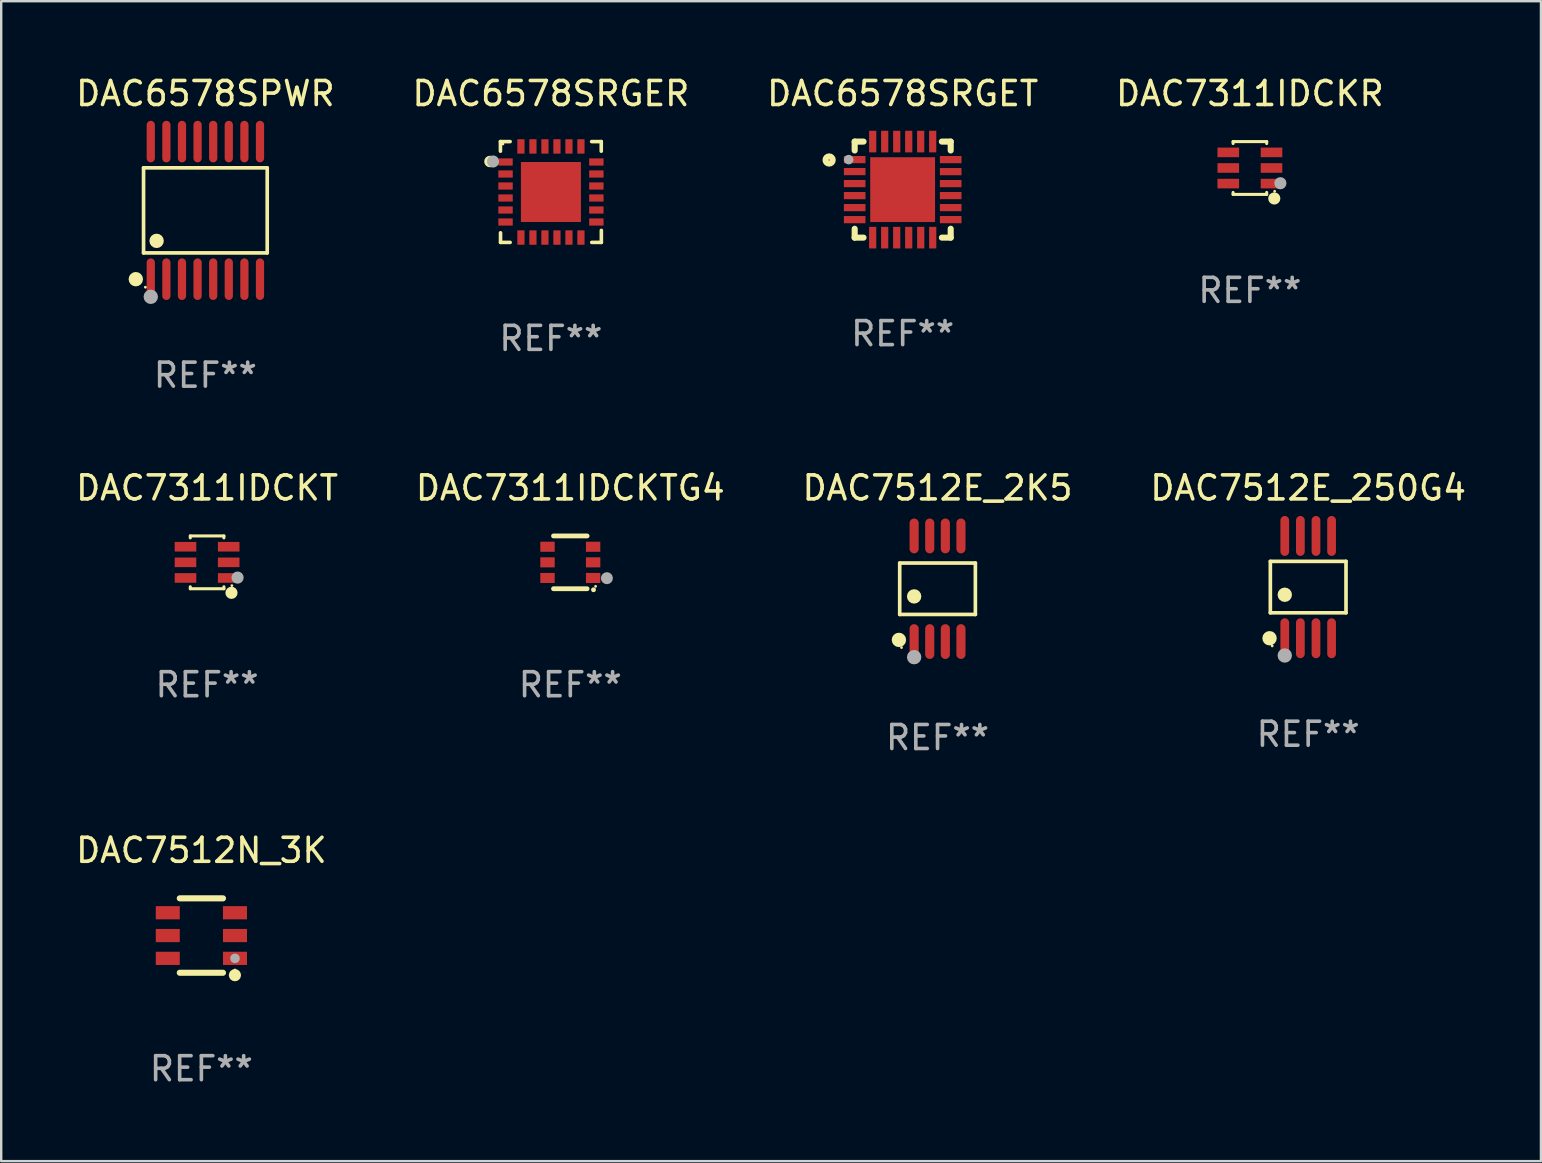
<source format=kicad_pcb>
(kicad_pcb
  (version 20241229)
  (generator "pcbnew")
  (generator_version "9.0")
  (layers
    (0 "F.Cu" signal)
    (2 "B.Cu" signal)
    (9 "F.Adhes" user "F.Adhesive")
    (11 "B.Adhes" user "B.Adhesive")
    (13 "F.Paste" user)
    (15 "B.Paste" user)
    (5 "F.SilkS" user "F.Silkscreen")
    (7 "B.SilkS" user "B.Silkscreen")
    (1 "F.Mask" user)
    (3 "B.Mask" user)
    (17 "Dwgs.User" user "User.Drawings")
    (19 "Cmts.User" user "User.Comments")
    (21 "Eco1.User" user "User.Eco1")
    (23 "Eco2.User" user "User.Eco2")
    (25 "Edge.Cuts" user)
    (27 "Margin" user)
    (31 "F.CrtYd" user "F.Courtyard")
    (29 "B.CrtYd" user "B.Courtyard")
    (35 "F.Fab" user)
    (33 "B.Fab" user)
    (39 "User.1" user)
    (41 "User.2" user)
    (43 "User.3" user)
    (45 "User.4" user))
  (footprint "DAC7311IDCKT"
    (layer "F.Cu")
    (at 5.577 20.376)
    (property "Reference" "DAC7311IDCKT" (at 0 -3.1 0) (layer "F.SilkS") (effects (font (size 1 1) (thickness 0.15))))
    (attr through_hole)
    (fp_line (start -0.7 -1.018) (end -0.7 -1.1) (stroke (width 0.127) (type solid)) (layer "F.SilkS"))
    (fp_line (start -0.7 1.1) (end -0.7 1.018) (stroke (width 0.127) (type solid)) (layer "F.SilkS"))
    (fp_line (start 0.7 -1.1) (end -0.7 -1.1) (stroke (width 0.127) (type solid)) (layer "F.SilkS"))
    (fp_line (start 0.7 -1.018) (end 0.7 -1.1) (stroke (width 0.127) (type solid)) (layer "F.SilkS"))
    (fp_line (start 0.7 1.1) (end -0.7 1.1) (stroke (width 0.127) (type solid)) (layer "F.SilkS"))
    (fp_line (start 0.7 1.1) (end 0.7 1.018) (stroke (width 0.127) (type solid)) (layer "F.SilkS"))
    (fp_circle (center 1.016 1.27) (end 1.143 1.27) (stroke (width 0.254) (type solid)) (fill no) (layer "F.SilkS"))
    (fp_circle (center 1.032 0.97) (end 1.062 0.97) (stroke (width 0.06) (type solid)) (fill no) (layer "F.SilkS"))
    (fp_circle (center 1.27 0.635) (end 1.397 0.635) (stroke (width 0.254) (type solid)) (fill no) (layer "F.Fab"))
    (fp_text user "REF**" (at 0 5.1 0) (layer "F.Fab") (effects (font (size 1 1) (thickness 0.15))))
    (pad "1" smd rect (at 0.9 0.65 90) (size 0.4 0.9) (layers "F.Cu" "F.Mask" "F.Paste"))
    (pad "2" smd rect (at 0.9 -0.000102 90) (size 0.4 0.9) (layers "F.Cu" "F.Mask" "F.Paste"))
    (pad "3" smd rect (at 0.9 -0.65 90) (size 0.4 0.9) (layers "F.Cu" "F.Mask" "F.Paste"))
    (pad "4" smd rect (at -0.9 -0.65 90) (size 0.4 0.9) (layers "F.Cu" "F.Mask" "F.Paste"))
    (pad "5" smd rect (at -0.9 -0.000102 90) (size 0.4 0.9) (layers "F.Cu" "F.Mask" "F.Paste"))
    (pad "6" smd rect (at -0.9 0.65 90) (size 0.4 0.9) (layers "F.Cu" "F.Mask" "F.Paste")))
  (footprint "DAC6578SRGER"
    (layer "F.Cu")
    (at 19.899 4.948)
    (property "Reference" "DAC6578SRGER" (at 0 -4.1 0) (layer "F.SilkS") (effects (font (size 1 1) (thickness 0.15))))
    (attr through_hole)
    (fp_line (start -2.102 -2.1) (end -1.698 -2.1) (stroke (width 0.15) (type solid)) (layer "F.SilkS"))
    (fp_line (start -2.102 -1.7) (end -2.102 -2.1) (stroke (width 0.15) (type solid)) (layer "F.SilkS"))
    (fp_line (start -2.098 1.7) (end -2.098 2.1) (stroke (width 0.15) (type solid)) (layer "F.SilkS"))
    (fp_line (start -2.098 2.1) (end -1.698 2.1) (stroke (width 0.15) (type solid)) (layer "F.SilkS"))
    (fp_line (start 1.698 -2.1) (end 2.098 -2.1) (stroke (width 0.15) (type solid)) (layer "F.SilkS"))
    (fp_line (start 2.098 -2.1) (end 2.098 -1.7) (stroke (width 0.15) (type solid)) (layer "F.SilkS"))
    (fp_line (start 2.102 1.6) (end 2.102 2.1) (stroke (width 0.15) (type solid)) (layer "F.SilkS"))
    (fp_line (start 2.102 2.1) (end 1.702 2.1) (stroke (width 0.15) (type solid)) (layer "F.SilkS"))
    (fp_circle (center -2.538 -1.27) (end -2.418 -1.27) (stroke (width 0.24) (type solid)) (fill no) (layer "F.SilkS"))
    (fp_circle (center -1.998 -2) (end -1.968 -2) (stroke (width 0.06) (type solid)) (fill no) (layer "F.SilkS"))
    (fp_circle (center -2.411 -1.27) (end -2.284 -1.27) (stroke (width 0.254) (type solid)) (fill no) (layer "F.Fab"))
    (fp_text user "REF**" (at 0 6.1 0) (layer "F.Fab") (effects (font (size 1 1) (thickness 0.15))))
    (pad "1" smd rect (at -1.89 -1.25 90) (size 0.3 0.6) (layers "F.Cu" "F.Mask" "F.Paste"))
    (pad "2" smd rect (at -1.889 -0.75 90) (size 0.3 0.6) (layers "F.Cu" "F.Mask" "F.Paste"))
    (pad "3" smd rect (at -1.889 -0.25 90) (size 0.3 0.6) (layers "F.Cu" "F.Mask" "F.Paste"))
    (pad "4" smd rect (at -1.889 0.25 90) (size 0.3 0.6) (layers "F.Cu" "F.Mask" "F.Paste"))
    (pad "5" smd rect (at -1.889 0.75 90) (size 0.3 0.6) (layers "F.Cu" "F.Mask" "F.Paste"))
    (pad "6" smd rect (at -1.889 1.25 90) (size 0.3 0.6) (layers "F.Cu" "F.Mask" "F.Paste"))
    (pad "7" smd rect (at -1.248 1.898 180) (size 0.3 0.6) (layers "F.Cu" "F.Mask" "F.Paste"))
    (pad "8" smd rect (at -0.748 1.898 180) (size 0.3 0.6) (layers "F.Cu" "F.Mask" "F.Paste"))
    (pad "9" smd rect (at -0.248 1.898 180) (size 0.3 0.6) (layers "F.Cu" "F.Mask" "F.Paste"))
    (pad "10" smd rect (at 0.252 1.898 180) (size 0.3 0.6) (layers "F.Cu" "F.Mask" "F.Paste"))
    (pad "11" smd rect (at 0.752 1.898 180) (size 0.3 0.6) (layers "F.Cu" "F.Mask" "F.Paste"))
    (pad "12" smd rect (at 1.252 1.898 180) (size 0.3 0.6) (layers "F.Cu" "F.Mask" "F.Paste"))
    (pad "13" smd rect (at 1.894 1.25 270) (size 0.3 0.6) (layers "F.Cu" "F.Mask" "F.Paste"))
    (pad "14" smd rect (at 1.894 0.75 270) (size 0.3 0.6) (layers "F.Cu" "F.Mask" "F.Paste"))
    (pad "15" smd rect (at 1.894 0.25 270) (size 0.3 0.6) (layers "F.Cu" "F.Mask" "F.Paste"))
    (pad "16" smd rect (at 1.894 -0.25 270) (size 0.3 0.6) (layers "F.Cu" "F.Mask" "F.Paste"))
    (pad "17" smd rect (at 1.894 -0.75 270) (size 0.3 0.6) (layers "F.Cu" "F.Mask" "F.Paste"))
    (pad "18" smd rect (at 1.894 -1.25 270) (size 0.3 0.6) (layers "F.Cu" "F.Mask" "F.Paste"))
    (pad "19" smd rect (at 1.252 -1.898) (size 0.3 0.6) (layers "F.Cu" "F.Mask" "F.Paste"))
    (pad "20" smd rect (at 0.752 -1.898) (size 0.3 0.6) (layers "F.Cu" "F.Mask" "F.Paste"))
    (pad "21" smd rect (at 0.252 -1.898) (size 0.3 0.6) (layers "F.Cu" "F.Mask" "F.Paste"))
    (pad "22" smd rect (at -0.248 -1.898) (size 0.3 0.6) (layers "F.Cu" "F.Mask" "F.Paste"))
    (pad "23" smd rect (at -0.748 -1.898) (size 0.3 0.6) (layers "F.Cu" "F.Mask" "F.Paste"))
    (pad "24" smd rect (at -1.248 -1.898) (size 0.3 0.6) (layers "F.Cu" "F.Mask" "F.Paste"))
    (pad "25" smd rect (at 0.001 0.001) (size 2.5 2.5) (layers "F.Cu" "F.Mask" "F.Paste")))
  (footprint "DAC7311IDCKTG4"
    (layer "F.Cu")
    (at 20.708 20.376)
    (property "Reference" "DAC7311IDCKTG4" (at 0 -3.1 0) (layer "F.SilkS") (effects (font (size 1 1) (thickness 0.15))))
    (attr through_hole)
    (fp_line (start -0.7 -1.1) (end 0.7 -1.1) (stroke (width 0.2) (type solid)) (layer "F.SilkS"))
    (fp_line (start -0.7 1.1) (end 0.7 1.1) (stroke (width 0.2) (type solid)) (layer "F.SilkS"))
    (fp_arc (start 0.965202 1.143002) (mid 0.966472 1.142996) (end 0.967742 1.143002) (stroke (width 0.2) (type solid)) (layer "F.SilkS"))
    (fp_circle (center 1.053 1) (end 1.083 1) (stroke (width 0.06) (type solid)) (fill no) (layer "F.SilkS"))
    (fp_circle (center 1.524 0.66) (end 1.649 0.66) (stroke (width 0.25) (type solid)) (fill no) (layer "F.Fab"))
    (fp_text user "REF**" (at 0 5.1 0) (layer "F.Fab") (effects (font (size 1 1) (thickness 0.15))))
    (pad "1" smd rect (at 0.95 0.65 90) (size 0.42 0.6) (layers "F.Cu" "F.Mask" "F.Paste"))
    (pad "2" smd rect (at 0.95 0 90) (size 0.42 0.6) (layers "F.Cu" "F.Mask" "F.Paste"))
    (pad "3" smd rect (at 0.95 -0.65 90) (size 0.42 0.6) (layers "F.Cu" "F.Mask" "F.Paste"))
    (pad "4" smd rect (at -0.95 -0.65 270) (size 0.42 0.6) (layers "F.Cu" "F.Mask" "F.Paste"))
    (pad "5" smd rect (at -0.95 0 270) (size 0.42 0.6) (layers "F.Cu" "F.Mask" "F.Paste"))
    (pad "6" smd rect (at -0.95 0.65 270) (size 0.42 0.6) (layers "F.Cu" "F.Mask" "F.Paste")))
  (footprint "DAC7512E_250G4"
    (layer "F.Cu")
    (at 51.446 21.407)
    (property "Reference" "DAC7512E_250G4" (at 0 -4.131 0) (layer "F.SilkS") (effects (font (size 1 1) (thickness 0.15))))
    (attr through_hole)
    (fp_line (start -1.576 -1.071) (end 1.576 -1.071) (stroke (width 0.152) (type solid)) (layer "F.SilkS"))
    (fp_line (start -1.576 1.071) (end -1.576 -1.071) (stroke (width 0.152) (type solid)) (layer "F.SilkS"))
    (fp_line (start 1.576 -1.071) (end 1.576 1.071) (stroke (width 0.152) (type solid)) (layer "F.SilkS"))
    (fp_line (start 1.576 1.071) (end -1.576 1.071) (stroke (width 0.152) (type solid)) (layer "F.SilkS"))
    (fp_circle (center -1.609 2.131) (end -1.459 2.131) (stroke (width 0.3) (type solid)) (fill no) (layer "F.SilkS"))
    (fp_circle (center -1.5 2.45) (end -1.47 2.45) (stroke (width 0.06) (type solid)) (fill no) (layer "F.SilkS"))
    (fp_circle (center -0.975 0.319) (end -0.825 0.319) (stroke (width 0.3) (type solid)) (fill no) (layer "F.SilkS"))
    (fp_circle (center -0.975 2.85) (end -0.825 2.85) (stroke (width 0.3) (type solid)) (fill no) (layer "F.Fab"))
    (fp_text user "REF**" (at 0 6.131 0) (layer "F.Fab") (effects (font (size 1 1) (thickness 0.15))))
    (pad "1" smd oval (at -0.975 2.131) (size 0.364 1.662) (layers "F.Cu" "F.Mask" "F.Paste"))
    (pad "2" smd oval (at -0.325 2.131) (size 0.364 1.662) (layers "F.Cu" "F.Mask" "F.Paste"))
    (pad "3" smd oval (at 0.325 2.131) (size 0.364 1.662) (layers "F.Cu" "F.Mask" "F.Paste"))
    (pad "4" smd oval (at 0.975 2.131) (size 0.364 1.662) (layers "F.Cu" "F.Mask" "F.Paste"))
    (pad "5" smd oval (at 0.975 -2.131) (size 0.364 1.662) (layers "F.Cu" "F.Mask" "F.Paste"))
    (pad "6" smd oval (at 0.325 -2.131) (size 0.364 1.662) (layers "F.Cu" "F.Mask" "F.Paste"))
    (pad "7" smd oval (at -0.325 -2.131) (size 0.364 1.662) (layers "F.Cu" "F.Mask" "F.Paste"))
    (pad "8" smd oval (at -0.975 -2.131) (size 0.364 1.662) (layers "F.Cu" "F.Mask" "F.Paste")))
  (footprint "DAC7512N_3K"
    (layer "F.Cu")
    (at 5.339 35.923)
    (property "Reference" "DAC7512N_3K" (at 0 -3.55 0) (layer "F.SilkS") (effects (font (size 1 1) (thickness 0.15))))
    (attr through_hole)
    (fp_line (start -0.9 -1.55) (end 0.9 -1.55) (stroke (width 0.254) (type solid)) (layer "F.SilkS"))
    (fp_line (start -0.9 1.55) (end 0.9 1.55) (stroke (width 0.254) (type solid)) (layer "F.SilkS"))
    (fp_circle (center 1.397 1.651) (end 1.524 1.651) (stroke (width 0.254) (type solid)) (fill no) (layer "F.SilkS"))
    (fp_circle (center 1.4 1.435) (end 1.43 1.435) (stroke (width 0.06) (type solid)) (fill no) (layer "F.SilkS"))
    (fp_circle (center 1.4 0.95) (end 1.5 0.95) (stroke (width 0.2) (type solid)) (fill no) (layer "F.Fab"))
    (fp_text user "REF**" (at 0 5.55 0) (layer "F.Fab") (effects (font (size 1 1) (thickness 0.15))))
    (pad "1" smd rect (at 1.4 0.95) (size 1 0.55) (layers "F.Cu" "F.Mask" "F.Paste"))
    (pad "2" smd rect (at 1.4 -0.000102) (size 1 0.55) (layers "F.Cu" "F.Mask" "F.Paste"))
    (pad "3" smd rect (at 1.4 -0.95) (size 1 0.55) (layers "F.Cu" "F.Mask" "F.Paste"))
    (pad "4" smd rect (at -1.4 -0.95) (size 1 0.55) (layers "F.Cu" "F.Mask" "F.Paste"))
    (pad "5" smd rect (at -1.4 -0.000102) (size 1 0.55) (layers "F.Cu" "F.Mask" "F.Paste"))
    (pad "6" smd rect (at -1.4 0.95) (size 1 0.55) (layers "F.Cu" "F.Mask" "F.Paste")))
  (footprint "DAC6578SPWR"
    (layer "F.Cu")
    (at 5.506 5.714)
    (property "Reference" "DAC6578SPWR" (at 0 -4.866 0) (layer "F.SilkS") (effects (font (size 1 1) (thickness 0.15))))
    (attr through_hole)
    (fp_line (start -2.576 -1.772) (end 2.576 -1.772) (stroke (width 0.152) (type solid)) (layer "F.SilkS"))
    (fp_line (start -2.576 1.771) (end -2.576 -1.772) (stroke (width 0.152) (type solid)) (layer "F.SilkS"))
    (fp_line (start 2.576 -1.772) (end 2.576 1.771) (stroke (width 0.152) (type solid)) (layer "F.SilkS"))
    (fp_line (start 2.576 1.771) (end -2.576 1.771) (stroke (width 0.152) (type solid)) (layer "F.SilkS"))
    (fp_circle (center -2.899 2.866) (end -2.749 2.866) (stroke (width 0.3) (type solid)) (fill no) (layer "F.SilkS"))
    (fp_circle (center -2.5 3.2) (end -2.47 3.2) (stroke (width 0.06) (type solid)) (fill no) (layer "F.SilkS"))
    (fp_circle (center -2.032 1.27) (end -1.882 1.27) (stroke (width 0.3) (type solid)) (fill no) (layer "F.SilkS"))
    (fp_circle (center -2.275 3.6) (end -2.125 3.6) (stroke (width 0.3) (type solid)) (fill no) (layer "F.Fab"))
    (fp_text user "REF**" (at 0 6.866 0) (layer "F.Fab") (effects (font (size 1 1) (thickness 0.15))))
    (pad "1" smd oval (at -2.275 2.866) (size 0.343 1.731) (layers "F.Cu" "F.Mask" "F.Paste"))
    (pad "2" smd oval (at -1.625 2.866) (size 0.343 1.731) (layers "F.Cu" "F.Mask" "F.Paste"))
    (pad "3" smd oval (at -0.975 2.866) (size 0.343 1.731) (layers "F.Cu" "F.Mask" "F.Paste"))
    (pad "4" smd oval (at -0.325 2.866) (size 0.343 1.731) (layers "F.Cu" "F.Mask" "F.Paste"))
    (pad "5" smd oval (at 0.325 2.866) (size 0.343 1.731) (layers "F.Cu" "F.Mask" "F.Paste"))
    (pad "6" smd oval (at 0.975 2.866) (size 0.343 1.731) (layers "F.Cu" "F.Mask" "F.Paste"))
    (pad "7" smd oval (at 1.625 2.866) (size 0.343 1.731) (layers "F.Cu" "F.Mask" "F.Paste"))
    (pad "8" smd oval (at 2.275 2.866) (size 0.343 1.731) (layers "F.Cu" "F.Mask" "F.Paste"))
    (pad "9" smd oval (at 2.275 -2.866) (size 0.343 1.731) (layers "F.Cu" "F.Mask" "F.Paste"))
    (pad "10" smd oval (at 1.625 -2.866) (size 0.343 1.731) (layers "F.Cu" "F.Mask" "F.Paste"))
    (pad "11" smd oval (at 0.975 -2.866) (size 0.343 1.731) (layers "F.Cu" "F.Mask" "F.Paste"))
    (pad "12" smd oval (at 0.325 -2.866) (size 0.343 1.731) (layers "F.Cu" "F.Mask" "F.Paste"))
    (pad "13" smd oval (at -0.325 -2.866) (size 0.343 1.731) (layers "F.Cu" "F.Mask" "F.Paste"))
    (pad "14" smd oval (at -0.975 -2.866) (size 0.343 1.731) (layers "F.Cu" "F.Mask" "F.Paste"))
    (pad "15" smd oval (at -1.625 -2.866) (size 0.343 1.731) (layers "F.Cu" "F.Mask" "F.Paste"))
    (pad "16" smd oval (at -2.275 -2.866) (size 0.343 1.731) (layers "F.Cu" "F.Mask" "F.Paste")))
  (footprint "DAC6578SRGET"
    (layer "F.Cu")
    (at 34.554 4.849)
    (property "Reference" "DAC6578SRGET" (at 0 -4.001 0) (layer "F.SilkS") (effects (font (size 1 1) (thickness 0.15))))
    (attr through_hole)
    (fp_line (start -2 -2) (end -2 -1.631) (stroke (width 0.254) (type solid)) (layer "F.SilkS"))
    (fp_line (start -2 1.632) (end -2 2) (stroke (width 0.254) (type solid)) (layer "F.SilkS"))
    (fp_line (start -2 2) (end -1.631 2) (stroke (width 0.254) (type solid)) (layer "F.SilkS"))
    (fp_line (start -1.63 -2) (end -2 -2) (stroke (width 0.254) (type solid)) (layer "F.SilkS"))
    (fp_line (start 1.633 2) (end 2 2) (stroke (width 0.254) (type solid)) (layer "F.SilkS"))
    (fp_line (start 2 -2) (end 1.631 -2) (stroke (width 0.254) (type solid)) (layer "F.SilkS"))
    (fp_line (start 2 -2) (end 2 -1.631) (stroke (width 0.254) (type solid)) (layer "F.SilkS"))
    (fp_line (start 2 1.631) (end 2 2) (stroke (width 0.254) (type solid)) (layer "F.SilkS"))
    (fp_circle (center -3.064 -1.234) (end -2.914 -1.234) (stroke (width 0.254) (type solid)) (fill no) (layer "F.SilkS"))
    (fp_circle (center -2 -2) (end -1.95 -2) (stroke (width 0.1) (type solid)) (fill no) (layer "F.SilkS"))
    (fp_circle (center -2.25 -1.25) (end -2.15 -1.25) (stroke (width 0.2) (type solid)) (fill no) (layer "F.Fab"))
    (fp_text user "REF**" (at 0 6.001 0) (layer "F.Fab") (effects (font (size 1 1) (thickness 0.15))))
    (pad "1" smd rect (at -2 -1.25 90) (size 0.3 0.9) (layers "F.Cu" "F.Mask" "F.Paste"))
    (pad "2" smd rect (at -2 -0.751 90) (size 0.3 0.9) (layers "F.Cu" "F.Mask" "F.Paste"))
    (pad "3" smd rect (at -2 -0.251 90) (size 0.3 0.9) (layers "F.Cu" "F.Mask" "F.Paste"))
    (pad "4" smd rect (at -2 0.25 90) (size 0.3 0.9) (layers "F.Cu" "F.Mask" "F.Paste"))
    (pad "5" smd rect (at -2 0.75 90) (size 0.3 0.9) (layers "F.Cu" "F.Mask" "F.Paste"))
    (pad "6" smd rect (at -2 1.251 90) (size 0.3 0.9) (layers "F.Cu" "F.Mask" "F.Paste"))
    (pad "7" smd rect (at -1.25 2.001 180) (size 0.3 0.9) (layers "F.Cu" "F.Mask" "F.Paste"))
    (pad "8" smd rect (at -0.75 2.001 180) (size 0.3 0.9) (layers "F.Cu" "F.Mask" "F.Paste"))
    (pad "9" smd rect (at -0.249 2.001 180) (size 0.3 0.9) (layers "F.Cu" "F.Mask" "F.Paste"))
    (pad "10" smd rect (at 0.251 2.001 180) (size 0.3 0.9) (layers "F.Cu" "F.Mask" "F.Paste"))
    (pad "11" smd rect (at 0.752 2.001 180) (size 0.3 0.9) (layers "F.Cu" "F.Mask" "F.Paste"))
    (pad "12" smd rect (at 1.251 2.001 180) (size 0.3 0.9) (layers "F.Cu" "F.Mask" "F.Paste"))
    (pad "13" smd rect (at 2 1.25 270) (size 0.3 0.9) (layers "F.Cu" "F.Mask" "F.Paste"))
    (pad "14" smd rect (at 2 0.749 270) (size 0.3 0.9) (layers "F.Cu" "F.Mask" "F.Paste"))
    (pad "15" smd rect (at 2 0.249 270) (size 0.3 0.9) (layers "F.Cu" "F.Mask" "F.Paste"))
    (pad "16" smd rect (at 2 -0.25 270) (size 0.3 0.9) (layers "F.Cu" "F.Mask" "F.Paste"))
    (pad "17" smd rect (at 2 -0.749 270) (size 0.3 0.9) (layers "F.Cu" "F.Mask" "F.Paste"))
    (pad "18" smd rect (at 2 -1.25 270) (size 0.3 0.9) (layers "F.Cu" "F.Mask" "F.Paste"))
    (pad "19" smd rect (at 1.25 -2.001) (size 0.3 0.9) (layers "F.Cu" "F.Mask" "F.Paste"))
    (pad "20" smd rect (at 0.75 -2.001) (size 0.3 0.9) (layers "F.Cu" "F.Mask" "F.Paste"))
    (pad "21" smd rect (at 0.251 -2.001) (size 0.3 0.9) (layers "F.Cu" "F.Mask" "F.Paste"))
    (pad "22" smd rect (at -0.248 -2.001) (size 0.3 0.9) (layers "F.Cu" "F.Mask" "F.Paste"))
    (pad "23" smd rect (at -0.749 -2.001) (size 0.3 0.9) (layers "F.Cu" "F.Mask" "F.Paste"))
    (pad "24" smd rect (at -1.249 -2.001) (size 0.3 0.9) (layers "F.Cu" "F.Mask" "F.Paste"))
    (pad "25" smd rect (at -0.002 0.001) (size 2.7 2.7) (layers "F.Cu" "F.Mask" "F.Paste")))
  (footprint "DAC7512E_2K5"
    (layer "F.Cu")
    (at 36.006 21.476)
    (property "Reference" "DAC7512E_2K5" (at 0 -4.2 0) (layer "F.SilkS") (effects (font (size 1 1) (thickness 0.15))))
    (attr through_hole)
    (fp_line (start -1.576 -1.071) (end 1.576 -1.071) (stroke (width 0.152) (type solid)) (layer "F.SilkS"))
    (fp_line (start -1.576 1.071) (end -1.576 -1.071) (stroke (width 0.152) (type solid)) (layer "F.SilkS"))
    (fp_line (start 1.576 -1.071) (end 1.576 1.071) (stroke (width 0.152) (type solid)) (layer "F.SilkS"))
    (fp_line (start 1.576 1.071) (end -1.576 1.071) (stroke (width 0.152) (type solid)) (layer "F.SilkS"))
    (fp_circle (center -1.609 2.131) (end -1.459 2.131) (stroke (width 0.3) (type solid)) (fill no) (layer "F.SilkS"))
    (fp_circle (center -1.5 2.45) (end -1.47 2.45) (stroke (width 0.06) (type solid)) (fill no) (layer "F.SilkS"))
    (fp_circle (center -0.975 0.319) (end -0.825 0.319) (stroke (width 0.3) (type solid)) (fill no) (layer "F.SilkS"))
    (fp_circle (center -0.975 2.85) (end -0.825 2.85) (stroke (width 0.3) (type solid)) (fill no) (layer "F.Fab"))
    (fp_text user "REF**" (at 0 6.2 0) (layer "F.Fab") (effects (font (size 1 1) (thickness 0.15))))
    (pad "1" smd oval (at -0.975 2.2) (size 0.38 1.45) (layers "F.Cu" "F.Mask" "F.Paste"))
    (pad "2" smd oval (at -0.325 2.2) (size 0.38 1.45) (layers "F.Cu" "F.Mask" "F.Paste"))
    (pad "3" smd oval (at 0.325 2.2) (size 0.38 1.45) (layers "F.Cu" "F.Mask" "F.Paste"))
    (pad "4" smd oval (at 0.975 2.2) (size 0.38 1.45) (layers "F.Cu" "F.Mask" "F.Paste"))
    (pad "5" smd oval (at 0.975 -2.2) (size 0.38 1.45) (layers "F.Cu" "F.Mask" "F.Paste"))
    (pad "6" smd oval (at 0.325 -2.2) (size 0.38 1.45) (layers "F.Cu" "F.Mask" "F.Paste"))
    (pad "7" smd oval (at -0.325 -2.2) (size 0.38 1.45) (layers "F.Cu" "F.Mask" "F.Paste"))
    (pad "8" smd oval (at -0.975 -2.2) (size 0.38 1.45) (layers "F.Cu" "F.Mask" "F.Paste")))
  (footprint "DAC7311IDCKR"
    (layer "F.Cu")
    (at 49.018 3.948)
    (property "Reference" "DAC7311IDCKR" (at 0 -3.1 0) (layer "F.SilkS") (effects (font (size 1 1) (thickness 0.15))))
    (attr through_hole)
    (fp_line (start -0.7 -1.018) (end -0.7 -1.1) (stroke (width 0.127) (type solid)) (layer "F.SilkS"))
    (fp_line (start -0.7 1.1) (end -0.7 1.018) (stroke (width 0.127) (type solid)) (layer "F.SilkS"))
    (fp_line (start 0.7 -1.1) (end -0.7 -1.1) (stroke (width 0.127) (type solid)) (layer "F.SilkS"))
    (fp_line (start 0.7 -1.018) (end 0.7 -1.1) (stroke (width 0.127) (type solid)) (layer "F.SilkS"))
    (fp_line (start 0.7 1.1) (end -0.7 1.1) (stroke (width 0.127) (type solid)) (layer "F.SilkS"))
    (fp_line (start 0.7 1.1) (end 0.7 1.018) (stroke (width 0.127) (type solid)) (layer "F.SilkS"))
    (fp_circle (center 1.016 1.27) (end 1.143 1.27) (stroke (width 0.254) (type solid)) (fill no) (layer "F.SilkS"))
    (fp_circle (center 1.032 0.97) (end 1.062 0.97) (stroke (width 0.06) (type solid)) (fill no) (layer "F.SilkS"))
    (fp_circle (center 1.27 0.635) (end 1.397 0.635) (stroke (width 0.254) (type solid)) (fill no) (layer "F.Fab"))
    (fp_text user "REF**" (at 0 5.1 0) (layer "F.Fab") (effects (font (size 1 1) (thickness 0.15))))
    (pad "1" smd rect (at 0.9 0.65 90) (size 0.4 0.9) (layers "F.Cu" "F.Mask" "F.Paste"))
    (pad "2" smd rect (at 0.9 -0.000102 90) (size 0.4 0.9) (layers "F.Cu" "F.Mask" "F.Paste"))
    (pad "3" smd rect (at 0.9 -0.65 90) (size 0.4 0.9) (layers "F.Cu" "F.Mask" "F.Paste"))
    (pad "4" smd rect (at -0.9 -0.65 90) (size 0.4 0.9) (layers "F.Cu" "F.Mask" "F.Paste"))
    (pad "5" smd rect (at -0.9 -0.000102 90) (size 0.4 0.9) (layers "F.Cu" "F.Mask" "F.Paste"))
    (pad "6" smd rect (at -0.9 0.65 90) (size 0.4 0.9) (layers "F.Cu" "F.Mask" "F.Paste")))
  (gr_rect
    (start -3 -3)
    (end 61.143 45.321)
    (stroke (width 0.1) (type default))
    (fill no)
    (layer "Edge.Cuts")))
</source>
